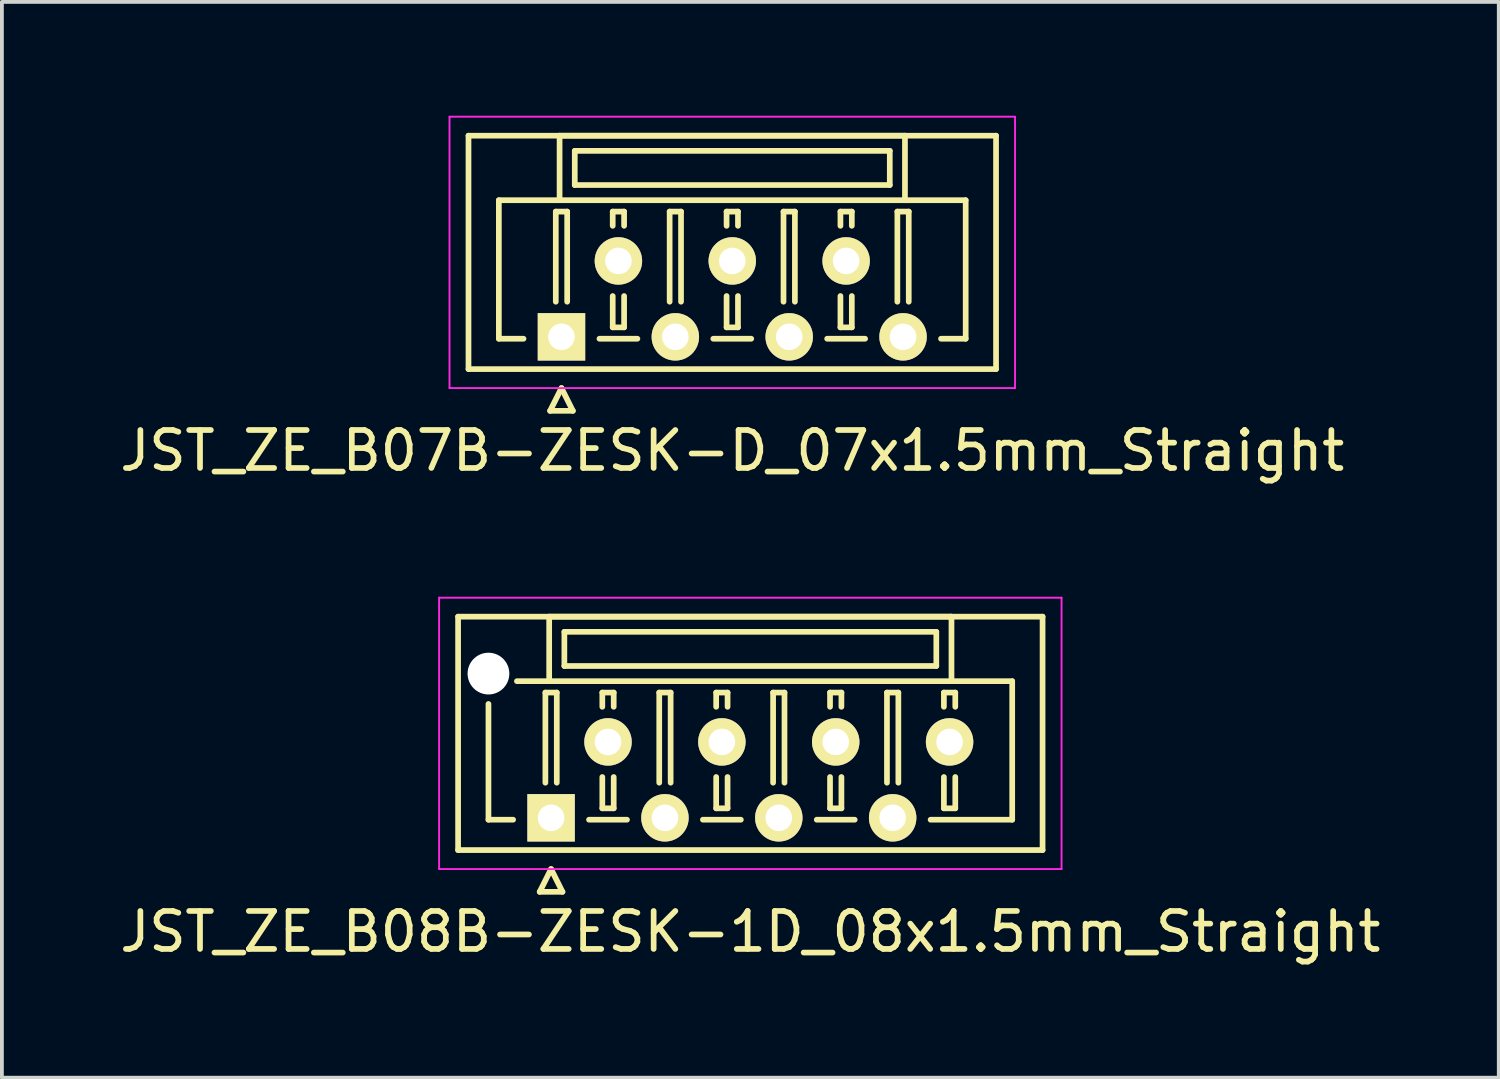
<source format=kicad_pcb>
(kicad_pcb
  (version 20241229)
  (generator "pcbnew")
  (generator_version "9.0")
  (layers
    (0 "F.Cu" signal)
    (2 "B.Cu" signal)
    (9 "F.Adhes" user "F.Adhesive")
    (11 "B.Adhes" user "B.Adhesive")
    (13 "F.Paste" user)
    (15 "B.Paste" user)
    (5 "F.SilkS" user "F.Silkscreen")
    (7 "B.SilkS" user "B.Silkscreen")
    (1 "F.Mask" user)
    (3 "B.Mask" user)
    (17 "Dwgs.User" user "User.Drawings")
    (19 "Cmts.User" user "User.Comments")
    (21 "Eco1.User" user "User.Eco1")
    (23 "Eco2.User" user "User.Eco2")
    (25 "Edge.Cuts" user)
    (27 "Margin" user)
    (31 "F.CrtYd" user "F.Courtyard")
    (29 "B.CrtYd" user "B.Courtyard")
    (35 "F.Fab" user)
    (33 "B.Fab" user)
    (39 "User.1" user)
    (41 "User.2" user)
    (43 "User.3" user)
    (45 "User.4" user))
  (footprint "JST_ZE_B07B-ZESK-D_07x1.5mm_Straight"
    (layer "F.Cu")
    (at 11.744 5.825)
    (property "Reference" "JST_ZE_B07B-ZESK-D_07x1.5mm_Straight" (at 4.5 3 0) (layer "F.SilkS") (effects (font (size 1 1) (thickness 0.15))))
    (attr through_hole)
    (fp_line (start -2.45 -5.3) (end -2.45 0.85) (stroke (width 0.15) (type solid)) (layer "F.SilkS"))
    (fp_line (start -2.45 0.85) (end 11.45 0.85) (stroke (width 0.15) (type solid)) (layer "F.SilkS"))
    (fp_line (start -1.65 -3.6) (end -1.65 0.05) (stroke (width 0.15) (type solid)) (layer "F.SilkS"))
    (fp_line (start -1.65 0.05) (end -1 0.05) (stroke (width 0.15) (type solid)) (layer "F.SilkS"))
    (fp_line (start -0.3 1.95) (end 0 1.35) (stroke (width 0.15) (type solid)) (layer "F.SilkS"))
    (fp_line (start -0.15 -3.3) (end 0.15 -3.3) (stroke (width 0.15) (type solid)) (layer "F.SilkS"))
    (fp_line (start -0.15 -0.925) (end -0.15 -3.3) (stroke (width 0.15) (type solid)) (layer "F.SilkS"))
    (fp_line (start -0.05 -5.3) (end -0.05 -3.6) (stroke (width 0.15) (type solid)) (layer "F.SilkS"))
    (fp_line (start -0.05 -3.6) (end -1.65 -3.6) (stroke (width 0.15) (type solid)) (layer "F.SilkS"))
    (fp_line (start -0.05 -3.6) (end 9.05 -3.6) (stroke (width 0.15) (type solid)) (layer "F.SilkS"))
    (fp_line (start 0 1.35) (end 0.3 1.95) (stroke (width 0.15) (type solid)) (layer "F.SilkS"))
    (fp_line (start 0.15 -3.3) (end 0.15 -0.925) (stroke (width 0.15) (type solid)) (layer "F.SilkS"))
    (fp_line (start 0.3 1.95) (end -0.3 1.95) (stroke (width 0.15) (type solid)) (layer "F.SilkS"))
    (fp_line (start 0.35 -4.9) (end 0.35 -4) (stroke (width 0.15) (type solid)) (layer "F.SilkS"))
    (fp_line (start 0.35 -4) (end 8.65 -4) (stroke (width 0.15) (type solid)) (layer "F.SilkS"))
    (fp_line (start 1 0.05) (end 2 0.05) (stroke (width 0.15) (type solid)) (layer "F.SilkS"))
    (fp_line (start 1.35 -3.3) (end 1.65 -3.3) (stroke (width 0.15) (type solid)) (layer "F.SilkS"))
    (fp_line (start 1.35 -2.925) (end 1.35 -3.3) (stroke (width 0.15) (type solid)) (layer "F.SilkS"))
    (fp_line (start 1.35 -1.075) (end 1.35 -0.25) (stroke (width 0.15) (type solid)) (layer "F.SilkS"))
    (fp_line (start 1.35 -0.25) (end 1.65 -0.25) (stroke (width 0.15) (type solid)) (layer "F.SilkS"))
    (fp_line (start 1.65 -3.3) (end 1.65 -2.925) (stroke (width 0.15) (type solid)) (layer "F.SilkS"))
    (fp_line (start 1.65 -0.25) (end 1.65 -1.075) (stroke (width 0.15) (type solid)) (layer "F.SilkS"))
    (fp_line (start 2.85 -3.3) (end 3.15 -3.3) (stroke (width 0.15) (type solid)) (layer "F.SilkS"))
    (fp_line (start 2.85 -0.925) (end 2.85 -3.3) (stroke (width 0.15) (type solid)) (layer "F.SilkS"))
    (fp_line (start 3.15 -3.3) (end 3.15 -0.925) (stroke (width 0.15) (type solid)) (layer "F.SilkS"))
    (fp_line (start 4 0.05) (end 5 0.05) (stroke (width 0.15) (type solid)) (layer "F.SilkS"))
    (fp_line (start 4.35 -3.3) (end 4.65 -3.3) (stroke (width 0.15) (type solid)) (layer "F.SilkS"))
    (fp_line (start 4.35 -2.925) (end 4.35 -3.3) (stroke (width 0.15) (type solid)) (layer "F.SilkS"))
    (fp_line (start 4.35 -1.075) (end 4.35 -0.25) (stroke (width 0.15) (type solid)) (layer "F.SilkS"))
    (fp_line (start 4.35 -0.25) (end 4.65 -0.25) (stroke (width 0.15) (type solid)) (layer "F.SilkS"))
    (fp_line (start 4.65 -3.3) (end 4.65 -2.925) (stroke (width 0.15) (type solid)) (layer "F.SilkS"))
    (fp_line (start 4.65 -0.25) (end 4.65 -1.075) (stroke (width 0.15) (type solid)) (layer "F.SilkS"))
    (fp_line (start 5.85 -3.3) (end 6.15 -3.3) (stroke (width 0.15) (type solid)) (layer "F.SilkS"))
    (fp_line (start 5.85 -0.925) (end 5.85 -3.3) (stroke (width 0.15) (type solid)) (layer "F.SilkS"))
    (fp_line (start 6.15 -3.3) (end 6.15 -0.925) (stroke (width 0.15) (type solid)) (layer "F.SilkS"))
    (fp_line (start 7 0.05) (end 8 0.05) (stroke (width 0.15) (type solid)) (layer "F.SilkS"))
    (fp_line (start 7.35 -3.3) (end 7.65 -3.3) (stroke (width 0.15) (type solid)) (layer "F.SilkS"))
    (fp_line (start 7.35 -2.925) (end 7.35 -3.3) (stroke (width 0.15) (type solid)) (layer "F.SilkS"))
    (fp_line (start 7.35 -1.075) (end 7.35 -0.25) (stroke (width 0.15) (type solid)) (layer "F.SilkS"))
    (fp_line (start 7.35 -0.25) (end 7.65 -0.25) (stroke (width 0.15) (type solid)) (layer "F.SilkS"))
    (fp_line (start 7.65 -3.3) (end 7.65 -2.925) (stroke (width 0.15) (type solid)) (layer "F.SilkS"))
    (fp_line (start 7.65 -0.25) (end 7.65 -1.075) (stroke (width 0.15) (type solid)) (layer "F.SilkS"))
    (fp_line (start 8.65 -4.9) (end 0.35 -4.9) (stroke (width 0.15) (type solid)) (layer "F.SilkS"))
    (fp_line (start 8.65 -4) (end 8.65 -4.9) (stroke (width 0.15) (type solid)) (layer "F.SilkS"))
    (fp_line (start 8.85 -3.3) (end 9.15 -3.3) (stroke (width 0.15) (type solid)) (layer "F.SilkS"))
    (fp_line (start 8.85 -0.925) (end 8.85 -3.3) (stroke (width 0.15) (type solid)) (layer "F.SilkS"))
    (fp_line (start 9.05 -5.3) (end -0.05 -5.3) (stroke (width 0.15) (type solid)) (layer "F.SilkS"))
    (fp_line (start 9.05 -3.6) (end 9.05 -5.3) (stroke (width 0.15) (type solid)) (layer "F.SilkS"))
    (fp_line (start 9.05 -3.6) (end 10.65 -3.6) (stroke (width 0.15) (type solid)) (layer "F.SilkS"))
    (fp_line (start 9.15 -3.3) (end 9.15 -0.925) (stroke (width 0.15) (type solid)) (layer "F.SilkS"))
    (fp_line (start 10.65 -3.6) (end 10.65 0.05) (stroke (width 0.15) (type solid)) (layer "F.SilkS"))
    (fp_line (start 10.65 0.05) (end 10 0.05) (stroke (width 0.15) (type solid)) (layer "F.SilkS"))
    (fp_line (start 11.45 -5.3) (end -2.45 -5.3) (stroke (width 0.15) (type solid)) (layer "F.SilkS"))
    (fp_line (start 11.45 0.85) (end 11.45 -5.3) (stroke (width 0.15) (type solid)) (layer "F.SilkS"))
    (fp_line (start -2.95 -5.8) (end -2.95 1.35) (stroke (width 0.05) (type solid)) (layer "F.CrtYd"))
    (fp_line (start -2.95 1.35) (end 11.95 1.35) (stroke (width 0.05) (type solid)) (layer "F.CrtYd"))
    (fp_line (start 11.95 -5.8) (end -2.95 -5.8) (stroke (width 0.05) (type solid)) (layer "F.CrtYd"))
    (fp_line (start 11.95 1.35) (end 11.95 -5.8) (stroke (width 0.05) (type solid)) (layer "F.CrtYd"))
    (pad "1" thru_hole rect (at 0 0) (size 1.25 1.25) (drill 0.7) (layers "*.Cu" "*.Mask" "F.SilkS"))
    (pad "2" thru_hole circle (at 1.5 -2) (size 1.25 1.25) (drill 0.7) (layers "*.Cu" "*.Mask" "F.SilkS"))
    (pad "3" thru_hole circle (at 3 0) (size 1.25 1.25) (drill 0.7) (layers "*.Cu" "*.Mask" "F.SilkS"))
    (pad "4" thru_hole circle (at 4.5 -2) (size 1.25 1.25) (drill 0.7) (layers "*.Cu" "*.Mask" "F.SilkS"))
    (pad "5" thru_hole circle (at 6 0) (size 1.25 1.25) (drill 0.7) (layers "*.Cu" "*.Mask" "F.SilkS"))
    (pad "6" thru_hole circle (at 7.5 -2) (size 1.25 1.25) (drill 0.7) (layers "*.Cu" "*.Mask" "F.SilkS"))
    (pad "7" thru_hole circle (at 9 0) (size 1.25 1.25) (drill 0.7) (layers "*.Cu" "*.Mask" "F.SilkS")))
  (footprint "JST_ZE_B08B-ZESK-1D_08x1.5mm_Straight"
    (layer "F.Cu")
    (at 11.47 18.498)
    (property "Reference" "JST_ZE_B08B-ZESK-1D_08x1.5mm_Straight" (at 5.25 3 0) (layer "F.SilkS") (effects (font (size 1 1) (thickness 0.15))))
    (attr through_hole)
    (fp_line (start -2.45 -5.3) (end -2.45 0.85) (stroke (width 0.15) (type solid)) (layer "F.SilkS"))
    (fp_line (start -2.45 0.85) (end 12.95 0.85) (stroke (width 0.15) (type solid)) (layer "F.SilkS"))
    (fp_line (start -1.65 -3) (end -1.65 0.05) (stroke (width 0.15) (type solid)) (layer "F.SilkS"))
    (fp_line (start -1.65 0.05) (end -1 0.05) (stroke (width 0.15) (type solid)) (layer "F.SilkS"))
    (fp_line (start -0.3 1.95) (end 0 1.35) (stroke (width 0.15) (type solid)) (layer "F.SilkS"))
    (fp_line (start -0.15 -3.3) (end 0.15 -3.3) (stroke (width 0.15) (type solid)) (layer "F.SilkS"))
    (fp_line (start -0.15 -0.925) (end -0.15 -3.3) (stroke (width 0.15) (type solid)) (layer "F.SilkS"))
    (fp_line (start -0.05 -5.3) (end -0.05 -3.6) (stroke (width 0.15) (type solid)) (layer "F.SilkS"))
    (fp_line (start -0.05 -3.6) (end -0.9 -3.6) (stroke (width 0.15) (type solid)) (layer "F.SilkS"))
    (fp_line (start -0.05 -3.6) (end 10.55 -3.6) (stroke (width 0.15) (type solid)) (layer "F.SilkS"))
    (fp_line (start 0 1.35) (end 0.3 1.95) (stroke (width 0.15) (type solid)) (layer "F.SilkS"))
    (fp_line (start 0.15 -3.3) (end 0.15 -0.925) (stroke (width 0.15) (type solid)) (layer "F.SilkS"))
    (fp_line (start 0.3 1.95) (end -0.3 1.95) (stroke (width 0.15) (type solid)) (layer "F.SilkS"))
    (fp_line (start 0.35 -4.9) (end 0.35 -4) (stroke (width 0.15) (type solid)) (layer "F.SilkS"))
    (fp_line (start 0.35 -4) (end 10.15 -4) (stroke (width 0.15) (type solid)) (layer "F.SilkS"))
    (fp_line (start 1 0.05) (end 2 0.05) (stroke (width 0.15) (type solid)) (layer "F.SilkS"))
    (fp_line (start 1.35 -3.3) (end 1.65 -3.3) (stroke (width 0.15) (type solid)) (layer "F.SilkS"))
    (fp_line (start 1.35 -2.925) (end 1.35 -3.3) (stroke (width 0.15) (type solid)) (layer "F.SilkS"))
    (fp_line (start 1.35 -1.075) (end 1.35 -0.25) (stroke (width 0.15) (type solid)) (layer "F.SilkS"))
    (fp_line (start 1.35 -0.25) (end 1.65 -0.25) (stroke (width 0.15) (type solid)) (layer "F.SilkS"))
    (fp_line (start 1.65 -3.3) (end 1.65 -2.925) (stroke (width 0.15) (type solid)) (layer "F.SilkS"))
    (fp_line (start 1.65 -0.25) (end 1.65 -1.075) (stroke (width 0.15) (type solid)) (layer "F.SilkS"))
    (fp_line (start 2.85 -3.3) (end 3.15 -3.3) (stroke (width 0.15) (type solid)) (layer "F.SilkS"))
    (fp_line (start 2.85 -0.925) (end 2.85 -3.3) (stroke (width 0.15) (type solid)) (layer "F.SilkS"))
    (fp_line (start 3.15 -3.3) (end 3.15 -0.925) (stroke (width 0.15) (type solid)) (layer "F.SilkS"))
    (fp_line (start 4 0.05) (end 5 0.05) (stroke (width 0.15) (type solid)) (layer "F.SilkS"))
    (fp_line (start 4.35 -3.3) (end 4.65 -3.3) (stroke (width 0.15) (type solid)) (layer "F.SilkS"))
    (fp_line (start 4.35 -2.925) (end 4.35 -3.3) (stroke (width 0.15) (type solid)) (layer "F.SilkS"))
    (fp_line (start 4.35 -1.075) (end 4.35 -0.25) (stroke (width 0.15) (type solid)) (layer "F.SilkS"))
    (fp_line (start 4.35 -0.25) (end 4.65 -0.25) (stroke (width 0.15) (type solid)) (layer "F.SilkS"))
    (fp_line (start 4.65 -3.3) (end 4.65 -2.925) (stroke (width 0.15) (type solid)) (layer "F.SilkS"))
    (fp_line (start 4.65 -0.25) (end 4.65 -1.075) (stroke (width 0.15) (type solid)) (layer "F.SilkS"))
    (fp_line (start 5.85 -3.3) (end 6.15 -3.3) (stroke (width 0.15) (type solid)) (layer "F.SilkS"))
    (fp_line (start 5.85 -0.925) (end 5.85 -3.3) (stroke (width 0.15) (type solid)) (layer "F.SilkS"))
    (fp_line (start 6.15 -3.3) (end 6.15 -0.925) (stroke (width 0.15) (type solid)) (layer "F.SilkS"))
    (fp_line (start 7 0.05) (end 8 0.05) (stroke (width 0.15) (type solid)) (layer "F.SilkS"))
    (fp_line (start 7.35 -3.3) (end 7.65 -3.3) (stroke (width 0.15) (type solid)) (layer "F.SilkS"))
    (fp_line (start 7.35 -2.925) (end 7.35 -3.3) (stroke (width 0.15) (type solid)) (layer "F.SilkS"))
    (fp_line (start 7.35 -1.075) (end 7.35 -0.25) (stroke (width 0.15) (type solid)) (layer "F.SilkS"))
    (fp_line (start 7.35 -0.25) (end 7.65 -0.25) (stroke (width 0.15) (type solid)) (layer "F.SilkS"))
    (fp_line (start 7.65 -3.3) (end 7.65 -2.925) (stroke (width 0.15) (type solid)) (layer "F.SilkS"))
    (fp_line (start 7.65 -0.25) (end 7.65 -1.075) (stroke (width 0.15) (type solid)) (layer "F.SilkS"))
    (fp_line (start 8.85 -3.3) (end 9.15 -3.3) (stroke (width 0.15) (type solid)) (layer "F.SilkS"))
    (fp_line (start 8.85 -0.925) (end 8.85 -3.3) (stroke (width 0.15) (type solid)) (layer "F.SilkS"))
    (fp_line (start 9.15 -3.3) (end 9.15 -0.925) (stroke (width 0.15) (type solid)) (layer "F.SilkS"))
    (fp_line (start 10.15 -4.9) (end 0.35 -4.9) (stroke (width 0.15) (type solid)) (layer "F.SilkS"))
    (fp_line (start 10.15 -4) (end 10.15 -4.9) (stroke (width 0.15) (type solid)) (layer "F.SilkS"))
    (fp_line (start 10.35 -3.3) (end 10.65 -3.3) (stroke (width 0.15) (type solid)) (layer "F.SilkS"))
    (fp_line (start 10.35 -2.925) (end 10.35 -3.3) (stroke (width 0.15) (type solid)) (layer "F.SilkS"))
    (fp_line (start 10.35 -1.075) (end 10.35 -0.25) (stroke (width 0.15) (type solid)) (layer "F.SilkS"))
    (fp_line (start 10.35 -0.25) (end 10.65 -0.25) (stroke (width 0.15) (type solid)) (layer "F.SilkS"))
    (fp_line (start 10.55 -5.3) (end -0.05 -5.3) (stroke (width 0.15) (type solid)) (layer "F.SilkS"))
    (fp_line (start 10.55 -3.6) (end 10.55 -5.3) (stroke (width 0.15) (type solid)) (layer "F.SilkS"))
    (fp_line (start 10.55 -3.6) (end 12.15 -3.6) (stroke (width 0.15) (type solid)) (layer "F.SilkS"))
    (fp_line (start 10.65 -3.3) (end 10.65 -2.925) (stroke (width 0.15) (type solid)) (layer "F.SilkS"))
    (fp_line (start 10.65 -0.25) (end 10.65 -1.075) (stroke (width 0.15) (type solid)) (layer "F.SilkS"))
    (fp_line (start 12.15 -3.6) (end 12.15 0.05) (stroke (width 0.15) (type solid)) (layer "F.SilkS"))
    (fp_line (start 12.15 0.05) (end 10 0.05) (stroke (width 0.15) (type solid)) (layer "F.SilkS"))
    (fp_line (start 12.95 -5.3) (end -2.45 -5.3) (stroke (width 0.15) (type solid)) (layer "F.SilkS"))
    (fp_line (start 12.95 0.85) (end 12.95 -5.3) (stroke (width 0.15) (type solid)) (layer "F.SilkS"))
    (fp_line (start -2.95 -5.8) (end -2.95 1.35) (stroke (width 0.05) (type solid)) (layer "F.CrtYd"))
    (fp_line (start -2.95 1.35) (end 13.45 1.35) (stroke (width 0.05) (type solid)) (layer "F.CrtYd"))
    (fp_line (start 13.45 -5.8) (end -2.95 -5.8) (stroke (width 0.05) (type solid)) (layer "F.CrtYd"))
    (fp_line (start 13.45 1.35) (end 13.45 -5.8) (stroke (width 0.05) (type solid)) (layer "F.CrtYd"))
    (pad "" np_thru_hole circle (at -1.65 -3.8) (size 1.1 1.1) (drill 1.1) (layers "*.Cu"))
    (pad "1" thru_hole rect (at 0 0) (size 1.25 1.25) (drill 0.7) (layers "*.Cu" "*.Mask" "F.SilkS"))
    (pad "2" thru_hole circle (at 1.5 -2) (size 1.25 1.25) (drill 0.7) (layers "*.Cu" "*.Mask" "F.SilkS"))
    (pad "3" thru_hole circle (at 3 0) (size 1.25 1.25) (drill 0.7) (layers "*.Cu" "*.Mask" "F.SilkS"))
    (pad "4" thru_hole circle (at 4.5 -2) (size 1.25 1.25) (drill 0.7) (layers "*.Cu" "*.Mask" "F.SilkS"))
    (pad "5" thru_hole circle (at 6 0) (size 1.25 1.25) (drill 0.7) (layers "*.Cu" "*.Mask" "F.SilkS"))
    (pad "6" thru_hole circle (at 7.5 -2) (size 1.25 1.25) (drill 0.7) (layers "*.Cu" "*.Mask" "F.SilkS"))
    (pad "7" thru_hole circle (at 9 0) (size 1.25 1.25) (drill 0.7) (layers "*.Cu" "*.Mask" "F.SilkS"))
    (pad "8" thru_hole circle (at 10.5 -2) (size 1.25 1.25) (drill 0.7) (layers "*.Cu" "*.Mask" "F.SilkS")))
  (gr_rect
    (start -3 -3)
    (end 36.44 25.346)
    (stroke (width 0.1) (type default))
    (fill no)
    (layer "Edge.Cuts")))
</source>
